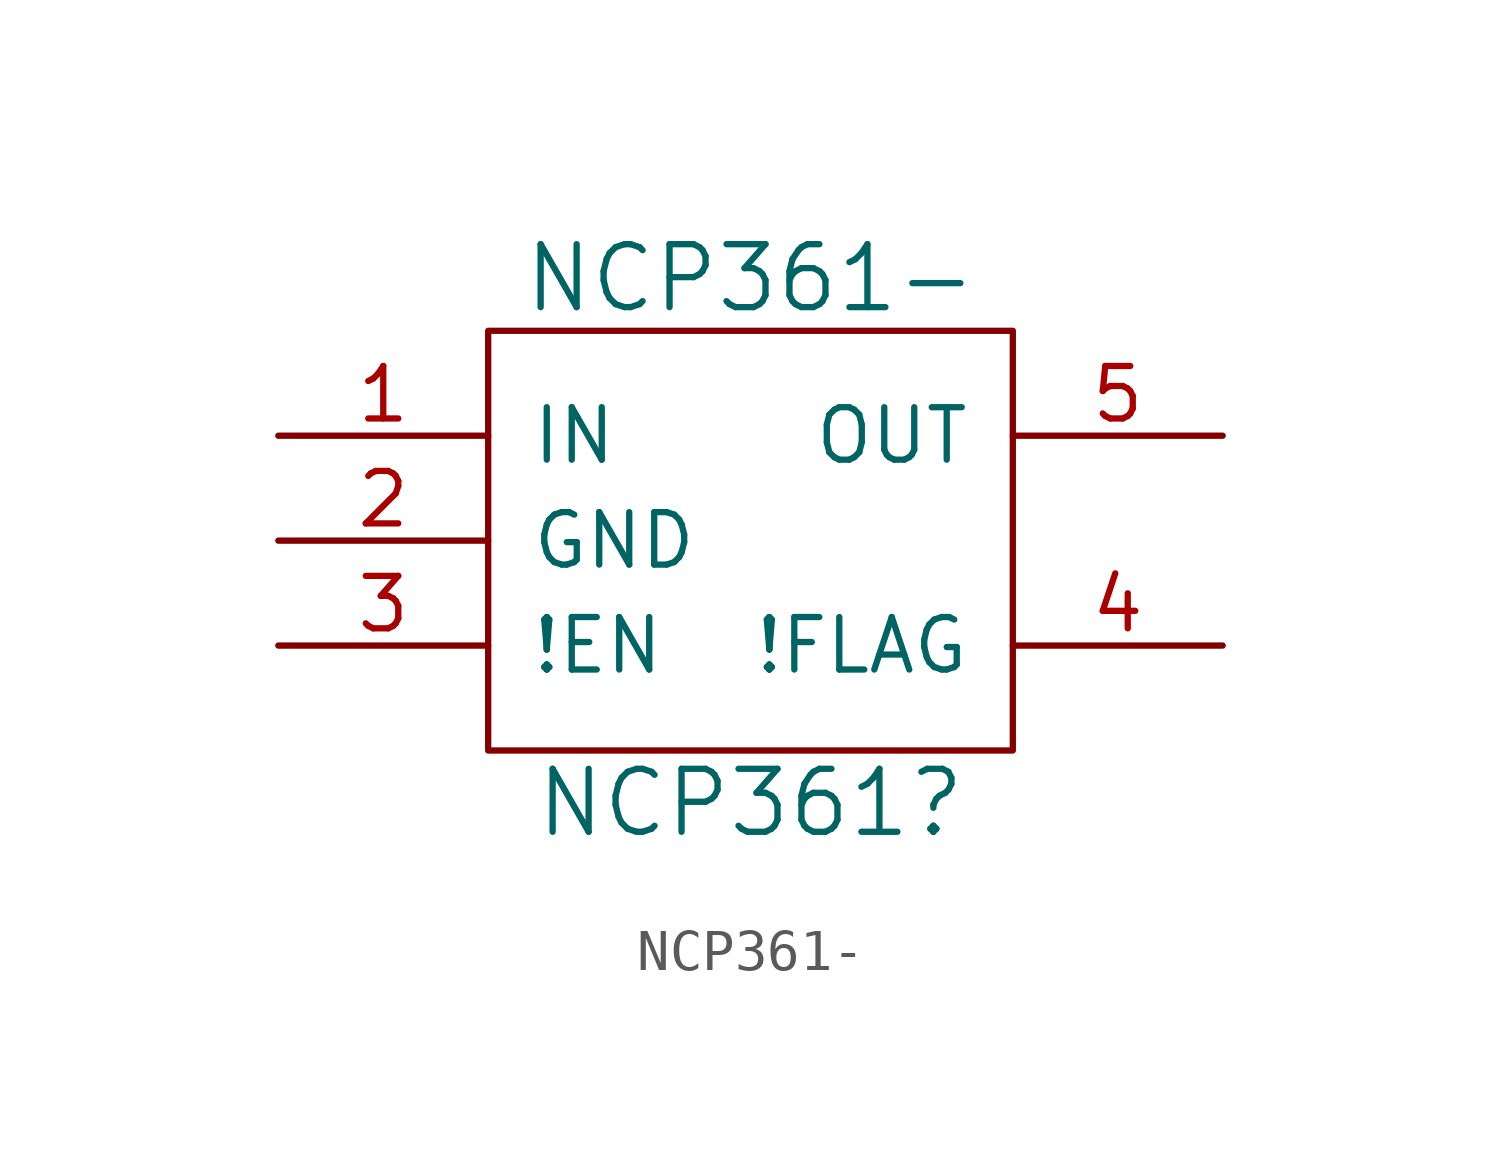
<source format=kicad_sym>
(kicad_symbol_lib
  (version 20220914)
  (generator kicad_symbol_editor)
  (symbol "NCP361-"
    (pin_names
      (offset 1.016))
    (property "Reference" "NCP361"
      (at 0 -6.35 0)
      (effects (font (size 1.524 1.524))))
    (property "Value" "NCP361-"
      (at 0 6.35 0)
      (effects (font (size 1.524 1.524))))
    (property "Footprint" ""
      (at -10.16 0 0)
      (effects (font (size 1.524 1.524))))
    (property "Datasheet" ""
      (at -10.16 0 0)
      (effects (font (size 1.524 1.524))))
    (symbol "NCP361-_0_1"
      (rectangle (start -6.35 -5.08) (end 6.35 5.08) (stroke (width 0) (type solid)) (fill (type none))))
    (symbol "NCP361-_1_1"
      (pin input line (at -11.43 2.54 0) (length 5.08) (name "IN" (effects (font (size 1.27 1.27)))) (number "1" (effects (font (size 1.27 1.27)))))
      (pin input line (at -11.43 0 0) (length 5.08) (name "GND" (effects (font (size 1.27 1.27)))) (number "2" (effects (font (size 1.27 1.27)))))
      (pin input line (at -11.43 -2.54 0) (length 5.08) (name "!EN" (effects (font (size 1.27 1.27)))) (number "3" (effects (font (size 1.27 1.27)))))
      (pin input line (at 11.43 -2.54 180) (length 5.08) (name "!FLAG" (effects (font (size 1.27 1.27)))) (number "4" (effects (font (size 1.27 1.27)))))
      (pin power_out line (at 11.43 2.54 180) (length 5.08) (name "OUT" (effects (font (size 1.27 1.27)))) (number "5" (effects (font (size 1.27 1.27))))))))
</source>
